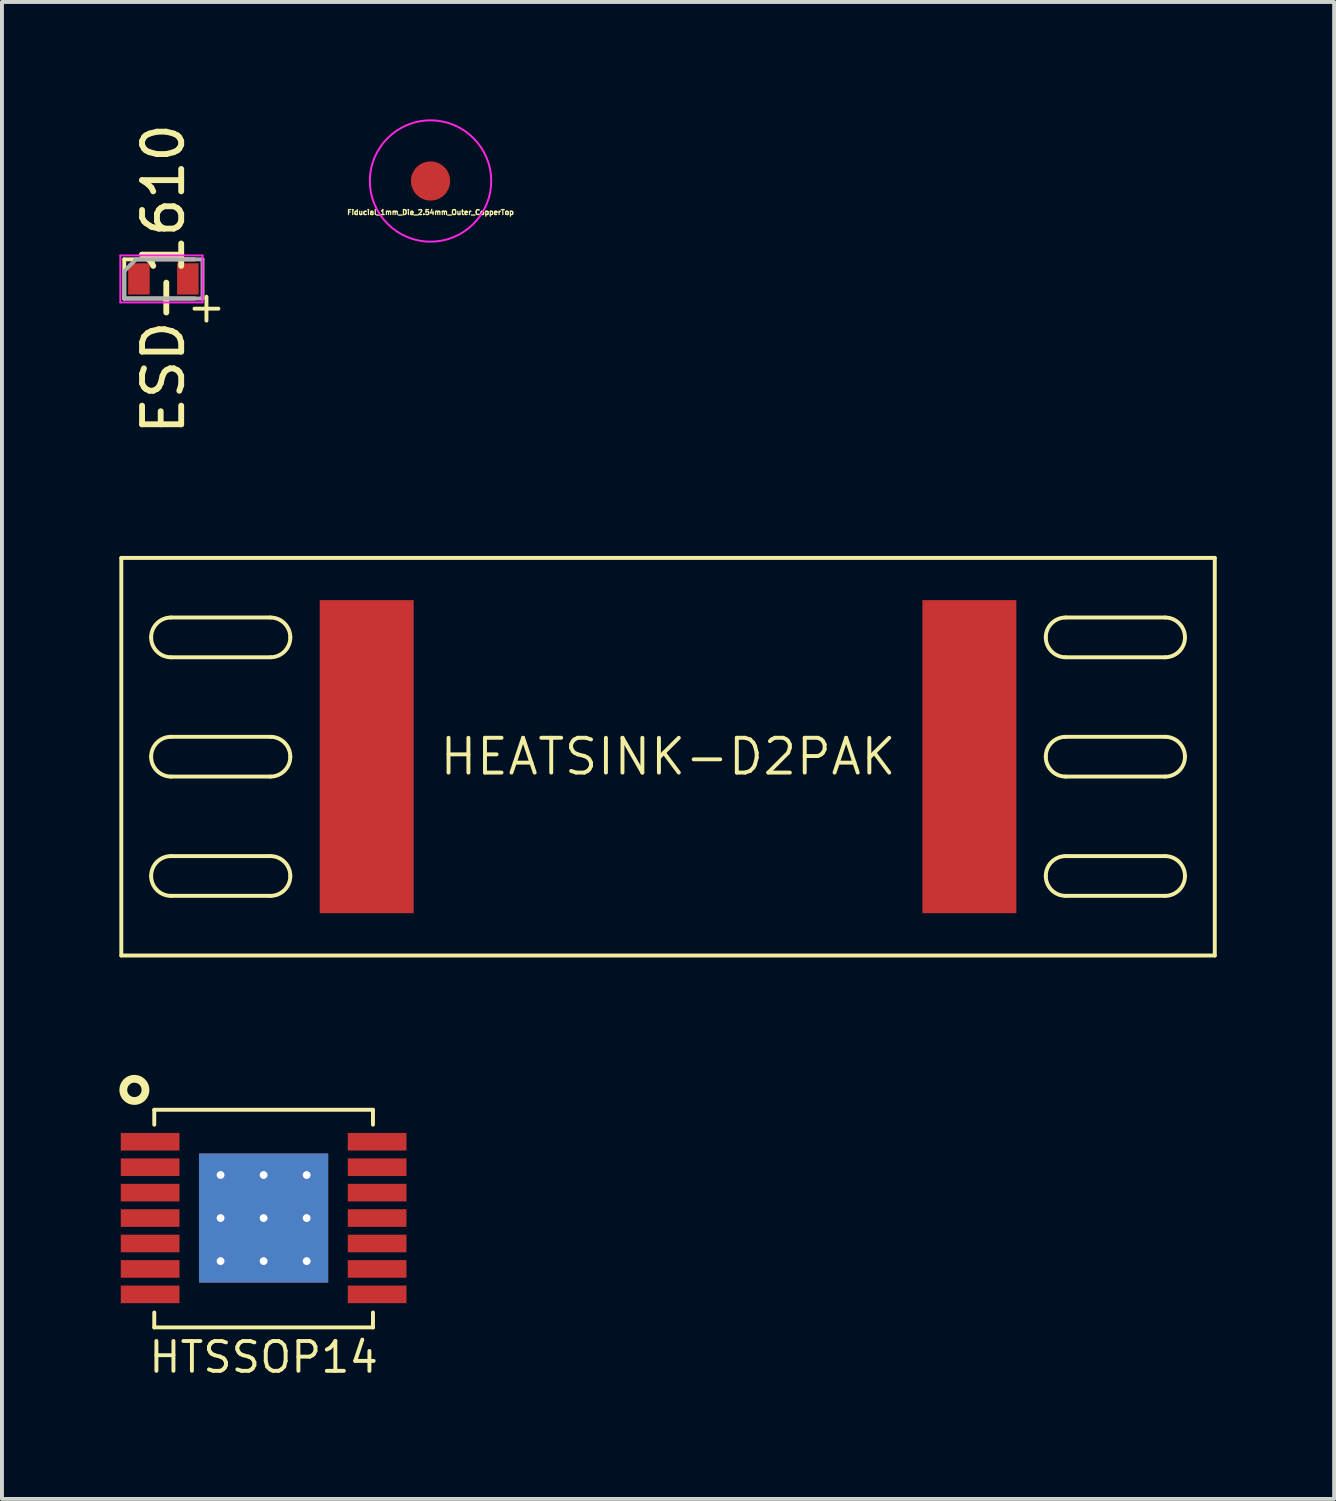
<source format=kicad_pcb>
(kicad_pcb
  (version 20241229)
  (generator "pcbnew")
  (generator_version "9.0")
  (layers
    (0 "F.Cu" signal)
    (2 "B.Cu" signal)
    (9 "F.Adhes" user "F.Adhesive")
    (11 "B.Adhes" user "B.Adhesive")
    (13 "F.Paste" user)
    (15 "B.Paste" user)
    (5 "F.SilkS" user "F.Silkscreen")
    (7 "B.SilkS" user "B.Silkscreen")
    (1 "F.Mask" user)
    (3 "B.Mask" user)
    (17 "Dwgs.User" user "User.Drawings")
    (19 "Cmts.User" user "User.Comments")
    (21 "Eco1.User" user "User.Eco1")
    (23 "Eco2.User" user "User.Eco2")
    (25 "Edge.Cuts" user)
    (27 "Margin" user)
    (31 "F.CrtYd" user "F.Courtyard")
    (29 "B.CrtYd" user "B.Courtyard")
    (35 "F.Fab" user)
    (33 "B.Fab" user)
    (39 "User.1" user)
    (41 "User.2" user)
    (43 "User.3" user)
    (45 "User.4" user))
  (footprint "HTSSOP14"
    (layer "F.Cu")
    (at 3.686 28.074)
    (property "Reference" "HTSSOP14" (at 0 3.556 0) (layer "F.SilkS") (effects (font (size 0.762 0.762) (thickness 0.1))))
    (attr through_hole)
    (fp_line (start -2.794 -2.767) (end 2.794 -2.767) (stroke (width 0.1) (type solid)) (layer "F.SilkS"))
    (fp_line (start -2.794 -2.386) (end -2.794 -2.767) (stroke (width 0.1) (type solid)) (layer "F.SilkS"))
    (fp_line (start -2.794 2.413) (end -2.794 2.794) (stroke (width 0.1) (type solid)) (layer "F.SilkS"))
    (fp_line (start -2.794 2.794) (end 2.794 2.794) (stroke (width 0.1) (type solid)) (layer "F.SilkS"))
    (fp_line (start 2.794 -2.386) (end 2.794 -2.767) (stroke (width 0.1) (type solid)) (layer "F.SilkS"))
    (fp_line (start 2.794 2.413) (end 2.794 2.794) (stroke (width 0.1) (type solid)) (layer "F.SilkS"))
    (fp_circle (center -3.302 -3.275) (end -3.175 -3.021) (stroke (width 0.2) (type solid)) (fill no) (layer "F.SilkS"))
    (pad "" smd rect (at -0.825 -0.825) (size 1.1 1.1) (layers "F.Paste"))
    (pad "" smd rect (at -0.825 0.825) (size 1.1 1.1) (layers "F.Paste"))
    (pad "" smd rect (at 0.825 -0.825) (size 1.1 1.1) (layers "F.Paste"))
    (pad "" smd rect (at 0.825 0.825) (size 1.1 1.1) (layers "F.Paste"))
    (pad "1" smd rect (at -2.9 -1.95) (size 1.5 0.45) (layers "F.Cu" "F.Mask" "F.Paste"))
    (pad "2" smd rect (at -2.9 -1.3) (size 1.5 0.45) (layers "F.Cu" "F.Mask" "F.Paste"))
    (pad "3" smd rect (at -2.9 -0.65) (size 1.5 0.45) (layers "F.Cu" "F.Mask" "F.Paste"))
    (pad "4" smd rect (at -2.9 0) (size 1.5 0.45) (layers "F.Cu" "F.Mask" "F.Paste"))
    (pad "5" smd rect (at -2.9 0.65) (size 1.5 0.45) (layers "F.Cu" "F.Mask" "F.Paste"))
    (pad "6" smd rect (at -2.9 1.3) (size 1.5 0.45) (layers "F.Cu" "F.Mask" "F.Paste"))
    (pad "7" smd rect (at -2.9 1.95) (size 1.5 0.45) (layers "F.Cu" "F.Mask" "F.Paste"))
    (pad "8" thru_hole circle (at -1.1 -1.1) (size 0.5 0.5) (drill 0.2) (layers "*.Cu" "*.Mask"))
    (pad "8" thru_hole circle (at -1.1 0) (size 0.5 0.5) (drill 0.2) (layers "*.Cu" "*.Mask"))
    (pad "8" thru_hole circle (at -1.1 1.1) (size 0.5 0.5) (drill 0.2) (layers "*.Cu" "*.Mask"))
    (pad "8" thru_hole circle (at 0 -1.1) (size 0.5 0.5) (drill 0.2) (layers "*.Cu" "*.Mask"))
    (pad "8" thru_hole circle (at 0 0) (size 0.5 0.5) (drill 0.2) (layers "*.Cu" "*.Mask"))
    (pad "8" smd rect (at 0 0) (size 3.3 3.3) (layers "F.Cu" "F.Mask"))
    (pad "8" smd rect (at 0 0) (size 3.3 3.3) (layers "B.Cu" "B.Mask"))
    (pad "8" thru_hole circle (at 0 1.1) (size 0.5 0.5) (drill 0.2) (layers "*.Cu" "*.Mask"))
    (pad "8" thru_hole circle (at 1.1 -1.1) (size 0.5 0.5) (drill 0.2) (layers "*.Cu" "*.Mask"))
    (pad "8" thru_hole circle (at 1.1 0) (size 0.5 0.5) (drill 0.2) (layers "*.Cu" "*.Mask"))
    (pad "8" thru_hole circle (at 1.1 1.1) (size 0.5 0.5) (drill 0.2) (layers "*.Cu" "*.Mask"))
    (pad "8" smd rect (at 2.9 1.95) (size 1.5 0.45) (layers "F.Cu" "F.Mask" "F.Paste"))
    (pad "9" smd rect (at 2.9 1.3) (size 1.5 0.45) (layers "F.Cu" "F.Mask" "F.Paste"))
    (pad "10" smd rect (at 2.9 0.65) (size 1.5 0.45) (layers "F.Cu" "F.Mask" "F.Paste"))
    (pad "11" smd rect (at 2.9 0) (size 1.5 0.45) (layers "F.Cu" "F.Mask" "F.Paste"))
    (pad "12" smd rect (at 2.9 -0.65) (size 1.5 0.45) (layers "F.Cu" "F.Mask" "F.Paste"))
    (pad "13" smd rect (at 2.9 -1.3) (size 1.5 0.45) (layers "F.Cu" "F.Mask" "F.Paste"))
    (pad "14" smd rect (at 2.9 -1.95) (size 1.5 0.45) (layers "F.Cu" "F.Mask" "F.Paste")))
  (footprint "Fiducial_1mm_Dia_2.54mm_Outer_CopperTop"
    (layer "F.Cu")
    (at 7.951 1.575)
    (property "Reference" "Fiducial_1mm_Dia_2.54mm_Outer_CopperTop" (at 0 0.8 0) (layer "F.SilkS") (effects (font (size 0.127 0.127) (thickness 0.032))))
    (attr exclude_from_pos_files exclude_from_bom)
    (fp_circle (center 0 0) (end 1.55 0) (stroke (width 0.05) (type solid)) (fill no) (layer "F.CrtYd"))
    (pad "1" smd circle (at 0 0) (size 1 1) (layers "F.Cu" "F.Mask")))
  (footprint "ESD-1610"
    (layer "F.Cu")
    (at 1.125 4.077)
    (property "Reference" "ESD-1610" (at 0 0 90) (layer "F.SilkS") (effects (font (size 1 1) (thickness 0.15))))
    (attr smd)
    (fp_line (start -1 -0.5) (end -1 0.5) (stroke (width 0.1) (type solid)) (layer "F.SilkS"))
    (fp_line (start 0.8 -0.5) (end -1 -0.5) (stroke (width 0.1) (type solid)) (layer "F.SilkS"))
    (fp_line (start 0.8 0.5) (end -1 0.5) (stroke (width 0.1) (type solid)) (layer "F.SilkS"))
    (fp_line (start -1.1 -0.6) (end 1 -0.6) (stroke (width 0.05) (type solid)) (layer "F.CrtYd"))
    (fp_line (start -1.1 0.6) (end -1.1 -0.6) (stroke (width 0.05) (type solid)) (layer "F.CrtYd"))
    (fp_line (start 1 -0.6) (end 1 0.6) (stroke (width 0.05) (type solid)) (layer "F.CrtYd"))
    (fp_line (start 1 0.6) (end -1.1 0.6) (stroke (width 0.05) (type solid)) (layer "F.CrtYd"))
    (fp_line (start -1 -0.2) (end -1 0.5) (stroke (width 0.1) (type solid)) (layer "F.Fab"))
    (fp_line (start -1 0.5) (end 1 0.5) (stroke (width 0.1) (type solid)) (layer "F.Fab"))
    (fp_line (start -0.7 -0.5) (end -1 -0.2) (stroke (width 0.1) (type solid)) (layer "F.Fab"))
    (fp_line (start 1 -0.5) (end -0.7 -0.5) (stroke (width 0.1) (type solid)) (layer "F.Fab"))
    (fp_line (start 1 0.5) (end 1 -0.5) (stroke (width 0.1) (type solid)) (layer "F.Fab"))
    (fp_text user "+" (at 1.1 0.7 0) (layer "F.SilkS") (effects (font (size 0.8 0.8) (thickness 0.1))))
    (pad "1" smd rect (at -0.625 0) (size 0.55 0.8) (layers "F.Cu" "F.Mask" "F.Paste"))
    (pad "2" smd rect (at 0.625 0) (size 0.55 0.8) (layers "F.Cu" "F.Mask" "F.Paste")))
  (footprint "HEATSINK-D2PAK"
    (layer "F.Cu")
    (at 14.02 16.285)
    (property "Reference" "HEATSINK-D2PAK" (at 0 0 0) (layer "F.SilkS") (effects (font (size 0.889 0.889) (thickness 0.1))))
    (attr through_hole)
    (fp_line (start -13.97 -5.08) (end 13.97 -5.08) (stroke (width 0.1) (type solid)) (layer "F.SilkS"))
    (fp_line (start -13.97 5.08) (end -13.97 -5.08) (stroke (width 0.1) (type solid)) (layer "F.SilkS"))
    (fp_line (start -12.7 -3.556) (end -10.16 -3.556) (stroke (width 0.1) (type solid)) (layer "F.SilkS"))
    (fp_line (start -12.7 -2.54) (end -10.16 -2.54) (stroke (width 0.1) (type solid)) (layer "F.SilkS"))
    (fp_line (start -12.7 -0.508) (end -10.16 -0.508) (stroke (width 0.1) (type solid)) (layer "F.SilkS"))
    (fp_line (start -12.7 0.508) (end -10.16 0.508) (stroke (width 0.1) (type solid)) (layer "F.SilkS"))
    (fp_line (start -12.7 2.54) (end -10.16 2.54) (stroke (width 0.1) (type solid)) (layer "F.SilkS"))
    (fp_line (start -12.7 3.556) (end -10.16 3.556) (stroke (width 0.1) (type solid)) (layer "F.SilkS"))
    (fp_line (start 10.16 -3.556) (end 12.7 -3.556) (stroke (width 0.1) (type solid)) (layer "F.SilkS"))
    (fp_line (start 10.16 -2.54) (end 12.7 -2.54) (stroke (width 0.1) (type solid)) (layer "F.SilkS"))
    (fp_line (start 10.16 -0.508) (end 12.7 -0.508) (stroke (width 0.1) (type solid)) (layer "F.SilkS"))
    (fp_line (start 10.16 0.508) (end 12.7 0.508) (stroke (width 0.1) (type solid)) (layer "F.SilkS"))
    (fp_line (start 10.16 2.54) (end 12.7 2.54) (stroke (width 0.1) (type solid)) (layer "F.SilkS"))
    (fp_line (start 10.16 3.556) (end 12.7 3.556) (stroke (width 0.1) (type solid)) (layer "F.SilkS"))
    (fp_line (start 13.97 -5.08) (end 13.97 5.08) (stroke (width 0.1) (type solid)) (layer "F.SilkS"))
    (fp_line (start 13.97 5.08) (end -13.97 5.08) (stroke (width 0.1) (type solid)) (layer "F.SilkS"))
    (fp_arc (start -13.208 -3.048) (mid -13.05921 -3.40721) (end -12.7 -3.556) (stroke (width 0.1) (type solid)) (layer "F.SilkS"))
    (fp_arc (start -13.208 0) (mid -13.05921 -0.35921) (end -12.7 -0.508) (stroke (width 0.1) (type solid)) (layer "F.SilkS"))
    (fp_arc (start -13.208 3.048) (mid -13.05921 2.68879) (end -12.7 2.54) (stroke (width 0.1) (type solid)) (layer "F.SilkS"))
    (fp_arc (start -12.7 -2.54) (mid -13.05921 -2.68879) (end -13.208 -3.048) (stroke (width 0.1) (type solid)) (layer "F.SilkS"))
    (fp_arc (start -12.7 0.508) (mid -13.05921 0.35921) (end -13.208 0) (stroke (width 0.1) (type solid)) (layer "F.SilkS"))
    (fp_arc (start -12.7 3.556) (mid -13.05921 3.40721) (end -13.208 3.048) (stroke (width 0.1) (type solid)) (layer "F.SilkS"))
    (fp_arc (start -10.16 -3.556) (mid -9.80079 -3.40721) (end -9.652 -3.048) (stroke (width 0.1) (type solid)) (layer "F.SilkS"))
    (fp_arc (start -10.16 -0.508) (mid -9.80079 -0.35921) (end -9.652 0) (stroke (width 0.1) (type solid)) (layer "F.SilkS"))
    (fp_arc (start -10.16 2.54) (mid -9.80079 2.68879) (end -9.652 3.048) (stroke (width 0.1) (type solid)) (layer "F.SilkS"))
    (fp_arc (start -9.652 -3.048) (mid -9.80079 -2.68879) (end -10.16 -2.54) (stroke (width 0.1) (type solid)) (layer "F.SilkS"))
    (fp_arc (start -9.652 0) (mid -9.80079 0.35921) (end -10.16 0.508) (stroke (width 0.1) (type solid)) (layer "F.SilkS"))
    (fp_arc (start -9.652 3.048) (mid -9.80079 3.40721) (end -10.16 3.556) (stroke (width 0.1) (type solid)) (layer "F.SilkS"))
    (fp_arc (start 9.652 -3.048) (mid 9.80079 -3.40721) (end 10.16 -3.556) (stroke (width 0.1) (type solid)) (layer "F.SilkS"))
    (fp_arc (start 9.652 0) (mid 9.80079 -0.35921) (end 10.16 -0.508) (stroke (width 0.1) (type solid)) (layer "F.SilkS"))
    (fp_arc (start 9.652 3.048) (mid 9.80079 2.68879) (end 10.16 2.54) (stroke (width 0.1) (type solid)) (layer "F.SilkS"))
    (fp_arc (start 10.16 -2.54) (mid 9.80079 -2.68879) (end 9.652 -3.048) (stroke (width 0.1) (type solid)) (layer "F.SilkS"))
    (fp_arc (start 10.16 0.508) (mid 9.80079 0.35921) (end 9.652 0) (stroke (width 0.1) (type solid)) (layer "F.SilkS"))
    (fp_arc (start 10.16 3.556) (mid 9.80079 3.40721) (end 9.652 3.048) (stroke (width 0.1) (type solid)) (layer "F.SilkS"))
    (fp_arc (start 12.7 -3.556) (mid 13.05921 -3.40721) (end 13.208 -3.048) (stroke (width 0.1) (type solid)) (layer "F.SilkS"))
    (fp_arc (start 12.7 -0.508) (mid 13.05921 -0.35921) (end 13.208 0) (stroke (width 0.1) (type solid)) (layer "F.SilkS"))
    (fp_arc (start 12.7 2.54) (mid 13.05921 2.68879) (end 13.208 3.048) (stroke (width 0.1) (type solid)) (layer "F.SilkS"))
    (fp_arc (start 13.208 -3.048) (mid 13.05921 -2.68879) (end 12.7 -2.54) (stroke (width 0.1) (type solid)) (layer "F.SilkS"))
    (fp_arc (start 13.208 0) (mid 13.05921 0.35921) (end 12.7 0.508) (stroke (width 0.1) (type solid)) (layer "F.SilkS"))
    (fp_arc (start 13.208 3.048) (mid 13.05921 3.40721) (end 12.7 3.556) (stroke (width 0.1) (type solid)) (layer "F.SilkS"))
    (pad "1" smd rect (at -7.7 0) (size 2.4 8) (layers "F.Cu" "F.Mask" "F.Paste"))
    (pad "2" smd rect (at 7.7 0) (size 2.4 8) (layers "F.Cu" "F.Mask" "F.Paste")))
  (gr_rect
    (start -3 -3)
    (end 31.04 35.251)
    (stroke (width 0.1) (type default))
    (fill no)
    (layer "Edge.Cuts")))
</source>
